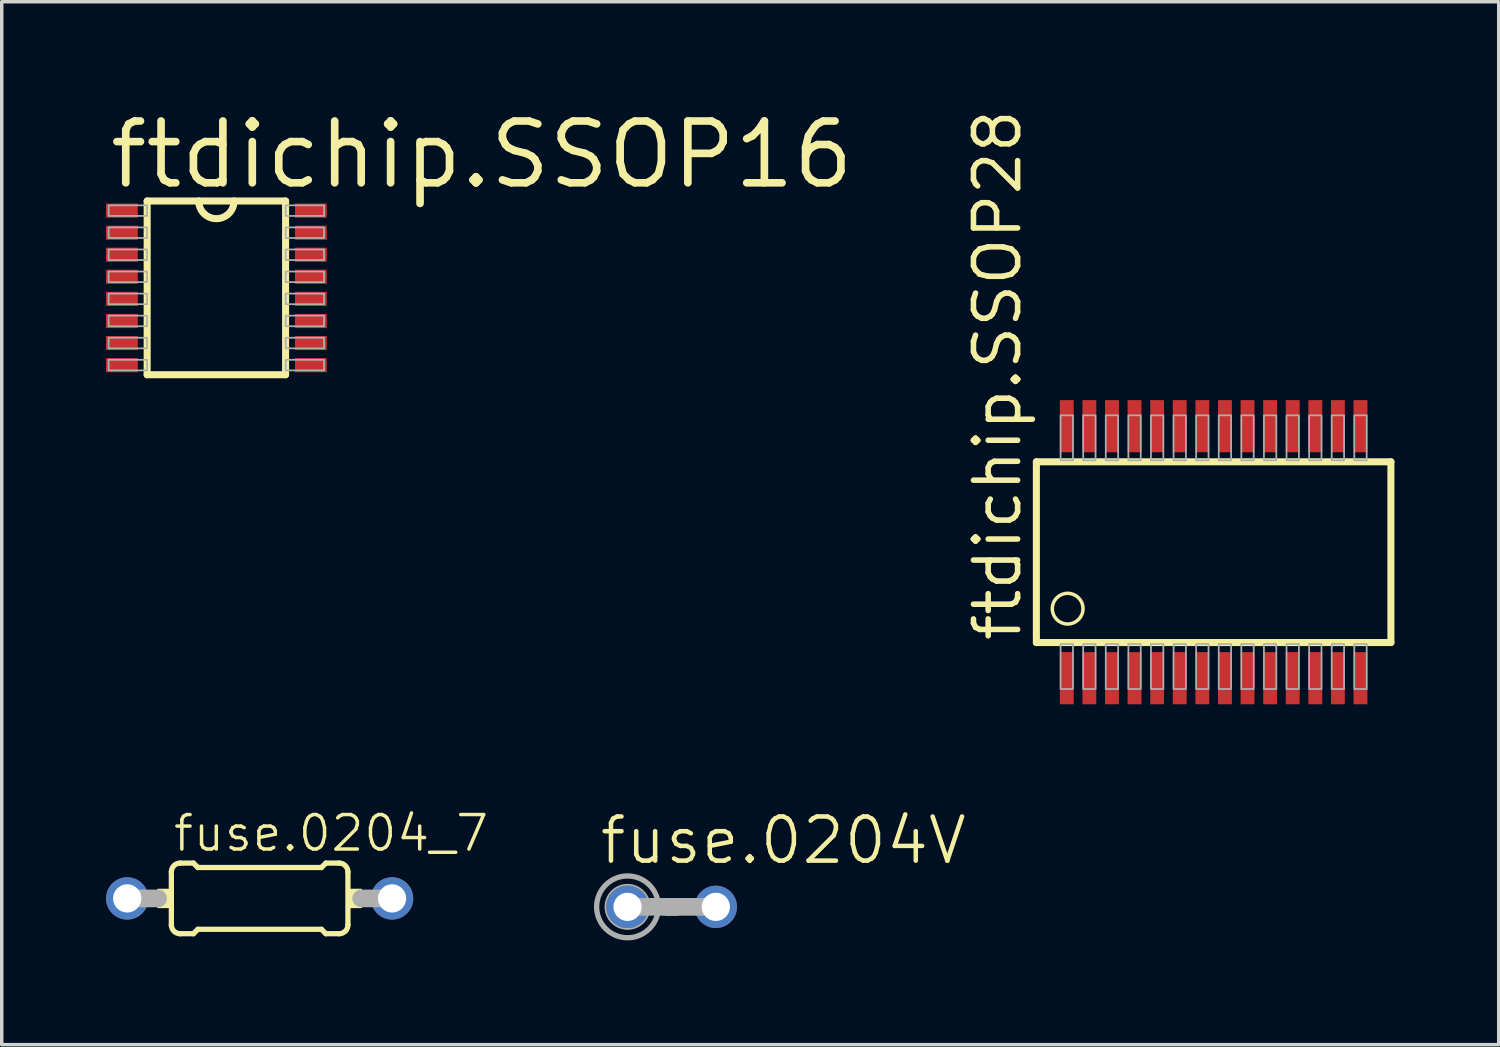
<source format=kicad_pcb>
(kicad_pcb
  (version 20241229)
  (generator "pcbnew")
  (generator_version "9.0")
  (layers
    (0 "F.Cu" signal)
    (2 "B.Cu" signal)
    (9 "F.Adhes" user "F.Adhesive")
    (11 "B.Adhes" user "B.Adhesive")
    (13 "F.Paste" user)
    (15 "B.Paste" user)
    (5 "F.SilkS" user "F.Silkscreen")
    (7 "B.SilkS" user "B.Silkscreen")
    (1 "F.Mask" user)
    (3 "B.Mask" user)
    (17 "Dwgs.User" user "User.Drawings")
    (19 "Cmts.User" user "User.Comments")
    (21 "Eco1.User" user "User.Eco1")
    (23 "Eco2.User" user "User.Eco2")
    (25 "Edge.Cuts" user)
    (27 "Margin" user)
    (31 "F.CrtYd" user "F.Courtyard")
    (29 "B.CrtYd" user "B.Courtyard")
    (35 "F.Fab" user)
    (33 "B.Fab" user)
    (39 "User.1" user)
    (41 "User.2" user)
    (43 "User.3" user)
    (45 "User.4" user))
  (footprint "fuse.0204_7"
    (layer "F.Cu")
    (at 4.42 22.797)
    (property "Reference" "fuse.0204_7" (at -2.54 -1.295 0) (layer "F.SilkS") (effects (font (size 0.991 0.991) (thickness 0.1)) (justify left bottom)))
    (attr through_hole)
    (fp_line (start -2.54 0.762) (end -2.54 -0.762) (stroke (width 0.152) (type default)) (layer "F.SilkS"))
    (fp_line (start -2.286 -1.016) (end -1.905 -1.016) (stroke (width 0.152) (type default)) (layer "F.SilkS"))
    (fp_line (start -2.286 1.016) (end -1.905 1.016) (stroke (width 0.152) (type default)) (layer "F.SilkS"))
    (fp_line (start -1.778 -0.889) (end -1.905 -1.016) (stroke (width 0.152) (type default)) (layer "F.SilkS"))
    (fp_line (start -1.778 0.889) (end -1.905 1.016) (stroke (width 0.152) (type default)) (layer "F.SilkS"))
    (fp_line (start 1.778 -0.889) (end -1.778 -0.889) (stroke (width 0.152) (type default)) (layer "F.SilkS"))
    (fp_line (start 1.778 -0.889) (end 1.905 -1.016) (stroke (width 0.152) (type default)) (layer "F.SilkS"))
    (fp_line (start 1.778 0.889) (end -1.778 0.889) (stroke (width 0.152) (type default)) (layer "F.SilkS"))
    (fp_line (start 1.778 0.889) (end 1.905 1.016) (stroke (width 0.152) (type default)) (layer "F.SilkS"))
    (fp_line (start 2.286 -1.016) (end 1.905 -1.016) (stroke (width 0.152) (type default)) (layer "F.SilkS"))
    (fp_line (start 2.286 1.016) (end 1.905 1.016) (stroke (width 0.152) (type default)) (layer "F.SilkS"))
    (fp_line (start 2.54 0.762) (end 2.54 -0.762) (stroke (width 0.152) (type default)) (layer "F.SilkS"))
    (fp_rect (start -2.921 0.254) (end -2.54 -0.254) (stroke (width 0.05) (type default)) (fill yes) (layer "F.SilkS"))
    (fp_rect (start 2.54 0.254) (end 2.921 -0.254) (stroke (width 0.05) (type default)) (fill yes) (layer "F.SilkS"))
    (fp_arc (start -2.54 -0.762) (mid -2.465605 -0.941605) (end -2.286 -1.016) (stroke (width 0.1524) (type default)) (layer "F.SilkS"))
    (fp_arc (start -2.286 1.016) (mid -2.465605 0.941605) (end -2.54 0.762) (stroke (width 0.1524) (type default)) (layer "F.SilkS"))
    (fp_arc (start 2.286 -1.016) (mid 2.465605 -0.941605) (end 2.54 -0.762) (stroke (width 0.1524) (type default)) (layer "F.SilkS"))
    (fp_arc (start 2.54 0.762) (mid 2.465605 0.941605) (end 2.286 1.016) (stroke (width 0.1524) (type default)) (layer "F.SilkS"))
    (fp_line (start -3.81 0) (end -2.921 0) (stroke (width 0.508) (type default)) (layer "F.Fab"))
    (fp_line (start 3.81 0) (end 2.921 0) (stroke (width 0.508) (type default)) (layer "F.Fab"))
    (pad "1" thru_hole circle (at -3.81 0) (size 1.219 1.219) (drill 0.813) (layers "*.Cu" "*.Mask"))
    (pad "2" thru_hole circle (at 3.81 0) (size 1.219 1.219) (drill 0.813) (layers "*.Cu" "*.Mask")))
  (footprint "fuse.0204V"
    (layer "F.Cu")
    (at 16.274 23.04)
    (property "Reference" "fuse.0204V" (at -2.134 -1.168 0) (layer "F.SilkS") (effects (font (size 1.27 1.27) (thickness 0.13)) (justify left bottom)))
    (attr through_hole)
    (fp_line (start -0.127 0) (end 0.127 0) (stroke (width 0.508) (type default)) (layer "F.SilkS"))
    (fp_line (start -1.27 0) (end 1.27 0) (stroke (width 0.508) (type default)) (layer "F.Fab"))
    (fp_circle (center -1.27 0) (end -0.635 0) (stroke (width 0.051) (type default)) (fill no) (layer "F.Fab"))
    (fp_circle (center -1.27 0) (end -0.381 0) (stroke (width 0.152) (type default)) (fill no) (layer "F.Fab"))
    (pad "1" thru_hole circle (at -1.27 0) (size 1.219 1.219) (drill 0.813) (layers "*.Cu" "*.Mask"))
    (pad "2" thru_hole circle (at 1.27 0) (size 1.219 1.219) (drill 0.813) (layers "*.Cu" "*.Mask")))
  (footprint "ftdichip.SSOP16"
    (layer "F.Cu")
    (at 3.175 5.232)
    (property "Reference" "ftdichip.SSOP16" (at -3.175 -2.794 0) (layer "F.SilkS") (effects (font (size 1.778 1.778) (thickness 0.22)) (justify left bottom)))
    (attr smd)
    (fp_line (start -1.991 -2.499) (end -1.991 2.499) (stroke (width 0.203) (type default)) (layer "F.SilkS"))
    (fp_line (start -1.991 2.499) (end 1.991 2.499) (stroke (width 0.203) (type default)) (layer "F.SilkS"))
    (fp_line (start 1.991 -2.499) (end -1.991 -2.499) (stroke (width 0.203) (type default)) (layer "F.SilkS"))
    (fp_line (start 1.991 2.499) (end 1.991 -2.499) (stroke (width 0.203) (type default)) (layer "F.SilkS"))
    (fp_arc (start 0.508 -2.499319) (mid 0 -1.991319) (end -0.508 -2.499319) (stroke (width 0.2032) (type default)) (layer "F.SilkS"))
    (fp_rect (start -3.099 -2.07) (end -1.994 -2.375) (stroke (width 0.05) (type default)) (fill no) (layer "F.Fab"))
    (fp_rect (start -3.099 -1.435) (end -1.994 -1.74) (stroke (width 0.05) (type default)) (fill no) (layer "F.Fab"))
    (fp_rect (start -3.099 -0.8) (end -1.994 -1.105) (stroke (width 0.05) (type default)) (fill no) (layer "F.Fab"))
    (fp_rect (start -3.099 -0.165) (end -1.994 -0.47) (stroke (width 0.05) (type default)) (fill no) (layer "F.Fab"))
    (fp_rect (start -3.099 0.47) (end -1.994 0.165) (stroke (width 0.05) (type default)) (fill no) (layer "F.Fab"))
    (fp_rect (start -3.099 1.105) (end -1.994 0.8) (stroke (width 0.05) (type default)) (fill no) (layer "F.Fab"))
    (fp_rect (start -3.099 1.74) (end -1.994 1.435) (stroke (width 0.05) (type default)) (fill no) (layer "F.Fab"))
    (fp_rect (start -3.099 2.375) (end -1.994 2.07) (stroke (width 0.05) (type default)) (fill no) (layer "F.Fab"))
    (fp_rect (start 1.994 -2.07) (end 3.099 -2.375) (stroke (width 0.05) (type default)) (fill no) (layer "F.Fab"))
    (fp_rect (start 1.994 -1.435) (end 3.099 -1.74) (stroke (width 0.05) (type default)) (fill no) (layer "F.Fab"))
    (fp_rect (start 1.994 -0.8) (end 3.099 -1.105) (stroke (width 0.05) (type default)) (fill no) (layer "F.Fab"))
    (fp_rect (start 1.994 -0.165) (end 3.099 -0.47) (stroke (width 0.05) (type default)) (fill no) (layer "F.Fab"))
    (fp_rect (start 1.994 0.47) (end 3.099 0.165) (stroke (width 0.05) (type default)) (fill no) (layer "F.Fab"))
    (fp_rect (start 1.994 1.105) (end 3.099 0.8) (stroke (width 0.05) (type default)) (fill no) (layer "F.Fab"))
    (fp_rect (start 1.994 1.74) (end 3.099 1.435) (stroke (width 0.05) (type default)) (fill no) (layer "F.Fab"))
    (fp_rect (start 1.994 2.375) (end 3.099 2.07) (stroke (width 0.05) (type default)) (fill no) (layer "F.Fab"))
    (pad "1" smd roundrect (at -2.718 -2.223) (size 0.914 0.406) (layers "F.Cu" "F.Mask" "F.Paste") (roundrect_rratio 0.01))
    (pad "2" smd roundrect (at -2.718 -1.587) (size 0.914 0.406) (layers "F.Cu" "F.Mask" "F.Paste") (roundrect_rratio 0.01))
    (pad "3" smd roundrect (at -2.718 -0.953) (size 0.914 0.406) (layers "F.Cu" "F.Mask" "F.Paste") (roundrect_rratio 0.01))
    (pad "4" smd roundrect (at -2.718 -0.318) (size 0.914 0.406) (layers "F.Cu" "F.Mask" "F.Paste") (roundrect_rratio 0.01))
    (pad "5" smd roundrect (at -2.718 0.318) (size 0.914 0.406) (layers "F.Cu" "F.Mask" "F.Paste") (roundrect_rratio 0.01))
    (pad "6" smd roundrect (at -2.718 0.953) (size 0.914 0.406) (layers "F.Cu" "F.Mask" "F.Paste") (roundrect_rratio 0.01))
    (pad "7" smd roundrect (at -2.718 1.587) (size 0.914 0.406) (layers "F.Cu" "F.Mask" "F.Paste") (roundrect_rratio 0.01))
    (pad "8" smd roundrect (at -2.718 2.223) (size 0.914 0.406) (layers "F.Cu" "F.Mask" "F.Paste") (roundrect_rratio 0.01))
    (pad "9" smd roundrect (at 2.718 2.223) (size 0.914 0.406) (layers "F.Cu" "F.Mask" "F.Paste") (roundrect_rratio 0.01))
    (pad "10" smd roundrect (at 2.718 1.587) (size 0.914 0.406) (layers "F.Cu" "F.Mask" "F.Paste") (roundrect_rratio 0.01))
    (pad "11" smd roundrect (at 2.718 0.953) (size 0.914 0.406) (layers "F.Cu" "F.Mask" "F.Paste") (roundrect_rratio 0.01))
    (pad "12" smd roundrect (at 2.718 0.318) (size 0.914 0.406) (layers "F.Cu" "F.Mask" "F.Paste") (roundrect_rratio 0.01))
    (pad "13" smd roundrect (at 2.718 -0.318) (size 0.914 0.406) (layers "F.Cu" "F.Mask" "F.Paste") (roundrect_rratio 0.01))
    (pad "14" smd roundrect (at 2.718 -0.953) (size 0.914 0.406) (layers "F.Cu" "F.Mask" "F.Paste") (roundrect_rratio 0.01))
    (pad "15" smd roundrect (at 2.718 -1.587) (size 0.914 0.406) (layers "F.Cu" "F.Mask" "F.Paste") (roundrect_rratio 0.01))
    (pad "16" smd roundrect (at 2.718 -2.223) (size 0.914 0.406) (layers "F.Cu" "F.Mask" "F.Paste") (roundrect_rratio 0.01)))
  (footprint "ftdichip.SSOP28"
    (layer "F.Cu")
    (at 31.866 12.836)
    (property "Reference" "ftdichip.SSOP28" (at -5.476 2.63 90) (layer "F.SilkS") (effects (font (size 1.27 1.27) (thickness 0.16)) (justify left bottom)))
    (attr smd)
    (fp_line (start -5.1 -2.6) (end -5.1 2.6) (stroke (width 0.203) (type default)) (layer "F.SilkS"))
    (fp_line (start -5.1 2.6) (end 5.1 2.6) (stroke (width 0.203) (type default)) (layer "F.SilkS"))
    (fp_line (start 5.1 -2.6) (end -5.1 -2.6) (stroke (width 0.203) (type default)) (layer "F.SilkS"))
    (fp_line (start 5.1 2.6) (end 5.1 -2.6) (stroke (width 0.203) (type default)) (layer "F.SilkS"))
    (fp_circle (center -4.2 1.625) (end -3.758 1.625) (stroke (width 0.1) (type default)) (fill no) (layer "F.SilkS"))
    (fp_rect (start -4.403 -2.642) (end -4.047 -3.937) (stroke (width 0.05) (type default)) (fill no) (layer "F.Fab"))
    (fp_rect (start -4.403 3.937) (end -4.047 2.642) (stroke (width 0.05) (type default)) (fill no) (layer "F.Fab"))
    (fp_rect (start -3.753 -2.642) (end -3.397 -3.937) (stroke (width 0.05) (type default)) (fill no) (layer "F.Fab"))
    (fp_rect (start -3.753 3.937) (end -3.397 2.642) (stroke (width 0.05) (type default)) (fill no) (layer "F.Fab"))
    (fp_rect (start -3.103 -2.642) (end -2.747 -3.937) (stroke (width 0.05) (type default)) (fill no) (layer "F.Fab"))
    (fp_rect (start -3.103 3.937) (end -2.747 2.642) (stroke (width 0.05) (type default)) (fill no) (layer "F.Fab"))
    (fp_rect (start -2.453 -2.642) (end -2.097 -3.937) (stroke (width 0.05) (type default)) (fill no) (layer "F.Fab"))
    (fp_rect (start -2.453 3.937) (end -2.097 2.642) (stroke (width 0.05) (type default)) (fill no) (layer "F.Fab"))
    (fp_rect (start -1.803 -2.642) (end -1.447 -3.937) (stroke (width 0.05) (type default)) (fill no) (layer "F.Fab"))
    (fp_rect (start -1.803 3.937) (end -1.447 2.642) (stroke (width 0.05) (type default)) (fill no) (layer "F.Fab"))
    (fp_rect (start -1.153 -2.642) (end -0.797 -3.937) (stroke (width 0.05) (type default)) (fill no) (layer "F.Fab"))
    (fp_rect (start -1.153 3.937) (end -0.797 2.642) (stroke (width 0.05) (type default)) (fill no) (layer "F.Fab"))
    (fp_rect (start -0.503 -2.642) (end -0.147 -3.937) (stroke (width 0.05) (type default)) (fill no) (layer "F.Fab"))
    (fp_rect (start -0.503 3.937) (end -0.147 2.642) (stroke (width 0.05) (type default)) (fill no) (layer "F.Fab"))
    (fp_rect (start 0.147 -2.642) (end 0.503 -3.937) (stroke (width 0.05) (type default)) (fill no) (layer "F.Fab"))
    (fp_rect (start 0.147 3.937) (end 0.503 2.642) (stroke (width 0.05) (type default)) (fill no) (layer "F.Fab"))
    (fp_rect (start 0.797 -2.642) (end 1.153 -3.937) (stroke (width 0.05) (type default)) (fill no) (layer "F.Fab"))
    (fp_rect (start 0.797 3.937) (end 1.153 2.642) (stroke (width 0.05) (type default)) (fill no) (layer "F.Fab"))
    (fp_rect (start 1.447 -2.642) (end 1.803 -3.937) (stroke (width 0.05) (type default)) (fill no) (layer "F.Fab"))
    (fp_rect (start 1.447 3.937) (end 1.803 2.642) (stroke (width 0.05) (type default)) (fill no) (layer "F.Fab"))
    (fp_rect (start 2.097 -2.642) (end 2.453 -3.937) (stroke (width 0.05) (type default)) (fill no) (layer "F.Fab"))
    (fp_rect (start 2.097 3.937) (end 2.453 2.642) (stroke (width 0.05) (type default)) (fill no) (layer "F.Fab"))
    (fp_rect (start 2.747 -2.642) (end 3.103 -3.937) (stroke (width 0.05) (type default)) (fill no) (layer "F.Fab"))
    (fp_rect (start 2.747 3.937) (end 3.103 2.642) (stroke (width 0.05) (type default)) (fill no) (layer "F.Fab"))
    (fp_rect (start 3.397 -2.642) (end 3.753 -3.937) (stroke (width 0.05) (type default)) (fill no) (layer "F.Fab"))
    (fp_rect (start 3.397 3.937) (end 3.753 2.642) (stroke (width 0.05) (type default)) (fill no) (layer "F.Fab"))
    (fp_rect (start 4.047 -2.642) (end 4.403 -3.937) (stroke (width 0.05) (type default)) (fill no) (layer "F.Fab"))
    (fp_rect (start 4.047 3.937) (end 4.403 2.642) (stroke (width 0.05) (type default)) (fill no) (layer "F.Fab"))
    (pad "1" smd roundrect (at -4.225 3.625) (size 0.4 1.5) (layers "F.Cu" "F.Mask" "F.Paste") (roundrect_rratio 0.01))
    (pad "2" smd roundrect (at -3.575 3.625) (size 0.4 1.5) (layers "F.Cu" "F.Mask" "F.Paste") (roundrect_rratio 0.01))
    (pad "3" smd roundrect (at -2.925 3.625) (size 0.4 1.5) (layers "F.Cu" "F.Mask" "F.Paste") (roundrect_rratio 0.01))
    (pad "4" smd roundrect (at -2.275 3.625) (size 0.4 1.5) (layers "F.Cu" "F.Mask" "F.Paste") (roundrect_rratio 0.01))
    (pad "5" smd roundrect (at -1.625 3.625) (size 0.4 1.5) (layers "F.Cu" "F.Mask" "F.Paste") (roundrect_rratio 0.01))
    (pad "6" smd roundrect (at -0.975 3.625) (size 0.4 1.5) (layers "F.Cu" "F.Mask" "F.Paste") (roundrect_rratio 0.01))
    (pad "7" smd roundrect (at -0.325 3.625) (size 0.4 1.5) (layers "F.Cu" "F.Mask" "F.Paste") (roundrect_rratio 0.01))
    (pad "8" smd roundrect (at 0.325 3.625) (size 0.4 1.5) (layers "F.Cu" "F.Mask" "F.Paste") (roundrect_rratio 0.01))
    (pad "9" smd roundrect (at 0.975 3.625) (size 0.4 1.5) (layers "F.Cu" "F.Mask" "F.Paste") (roundrect_rratio 0.01))
    (pad "10" smd roundrect (at 1.625 3.625) (size 0.4 1.5) (layers "F.Cu" "F.Mask" "F.Paste") (roundrect_rratio 0.01))
    (pad "11" smd roundrect (at 2.275 3.625) (size 0.4 1.5) (layers "F.Cu" "F.Mask" "F.Paste") (roundrect_rratio 0.01))
    (pad "12" smd roundrect (at 2.925 3.625) (size 0.4 1.5) (layers "F.Cu" "F.Mask" "F.Paste") (roundrect_rratio 0.01))
    (pad "13" smd roundrect (at 3.575 3.625) (size 0.4 1.5) (layers "F.Cu" "F.Mask" "F.Paste") (roundrect_rratio 0.01))
    (pad "14" smd roundrect (at 4.225 3.625) (size 0.4 1.5) (layers "F.Cu" "F.Mask" "F.Paste") (roundrect_rratio 0.01))
    (pad "15" smd roundrect (at 4.225 -3.625) (size 0.4 1.5) (layers "F.Cu" "F.Mask" "F.Paste") (roundrect_rratio 0.01))
    (pad "16" smd roundrect (at 3.575 -3.625) (size 0.4 1.5) (layers "F.Cu" "F.Mask" "F.Paste") (roundrect_rratio 0.01))
    (pad "17" smd roundrect (at 2.925 -3.625) (size 0.4 1.5) (layers "F.Cu" "F.Mask" "F.Paste") (roundrect_rratio 0.01))
    (pad "18" smd roundrect (at 2.275 -3.625) (size 0.4 1.5) (layers "F.Cu" "F.Mask" "F.Paste") (roundrect_rratio 0.01))
    (pad "19" smd roundrect (at 1.625 -3.625) (size 0.4 1.5) (layers "F.Cu" "F.Mask" "F.Paste") (roundrect_rratio 0.01))
    (pad "20" smd roundrect (at 0.975 -3.625) (size 0.4 1.5) (layers "F.Cu" "F.Mask" "F.Paste") (roundrect_rratio 0.01))
    (pad "21" smd roundrect (at 0.325 -3.625) (size 0.4 1.5) (layers "F.Cu" "F.Mask" "F.Paste") (roundrect_rratio 0.01))
    (pad "22" smd roundrect (at -0.325 -3.625) (size 0.4 1.5) (layers "F.Cu" "F.Mask" "F.Paste") (roundrect_rratio 0.01))
    (pad "23" smd roundrect (at -0.975 -3.625) (size 0.4 1.5) (layers "F.Cu" "F.Mask" "F.Paste") (roundrect_rratio 0.01))
    (pad "24" smd roundrect (at -1.625 -3.625) (size 0.4 1.5) (layers "F.Cu" "F.Mask" "F.Paste") (roundrect_rratio 0.01))
    (pad "25" smd roundrect (at -2.275 -3.625) (size 0.4 1.5) (layers "F.Cu" "F.Mask" "F.Paste") (roundrect_rratio 0.01))
    (pad "26" smd roundrect (at -2.925 -3.625) (size 0.4 1.5) (layers "F.Cu" "F.Mask" "F.Paste") (roundrect_rratio 0.01))
    (pad "27" smd roundrect (at -3.575 -3.625) (size 0.4 1.5) (layers "F.Cu" "F.Mask" "F.Paste") (roundrect_rratio 0.01))
    (pad "28" smd roundrect (at -4.225 -3.625) (size 0.4 1.5) (layers "F.Cu" "F.Mask" "F.Paste") (roundrect_rratio 0.01)))
  (gr_rect
    (start -3 -3)
    (end 40.068 27.005)
    (stroke (width 0.1) (type default))
    (fill no)
    (layer "Edge.Cuts")))
</source>
